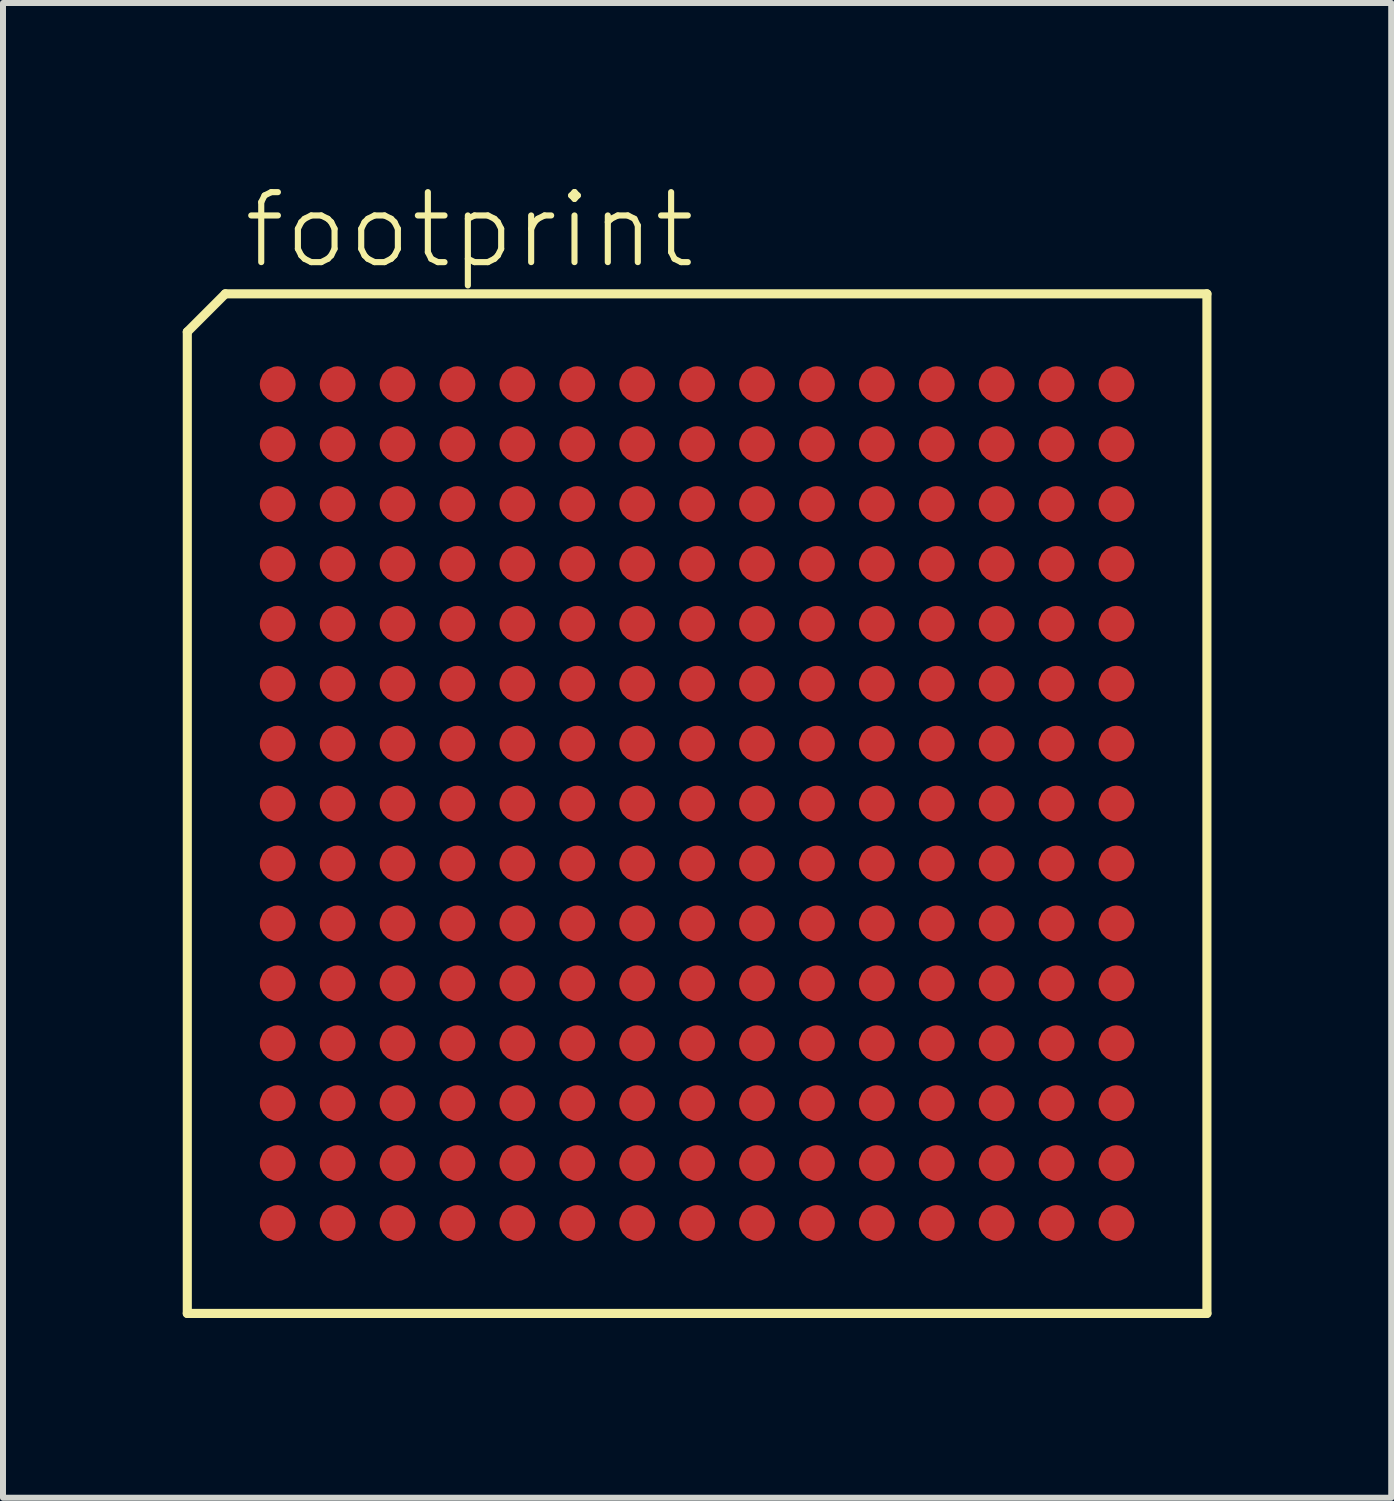
<source format=kicad_pcb>
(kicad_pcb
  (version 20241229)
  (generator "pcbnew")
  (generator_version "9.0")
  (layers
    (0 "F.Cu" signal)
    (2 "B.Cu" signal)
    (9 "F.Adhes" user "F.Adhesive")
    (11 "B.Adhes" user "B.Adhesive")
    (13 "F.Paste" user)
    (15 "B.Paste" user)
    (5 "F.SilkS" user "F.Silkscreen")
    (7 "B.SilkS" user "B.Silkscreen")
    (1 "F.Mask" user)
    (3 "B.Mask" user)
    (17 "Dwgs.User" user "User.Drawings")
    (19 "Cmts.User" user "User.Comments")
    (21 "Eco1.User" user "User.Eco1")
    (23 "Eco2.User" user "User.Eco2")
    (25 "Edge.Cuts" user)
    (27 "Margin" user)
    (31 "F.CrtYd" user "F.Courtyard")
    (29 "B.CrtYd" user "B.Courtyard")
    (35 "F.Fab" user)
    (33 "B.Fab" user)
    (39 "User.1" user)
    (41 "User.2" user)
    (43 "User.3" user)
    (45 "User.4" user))
  (footprint "footprint"
    (layer "F.Cu")
    (at 8.585 10.363)
    (property "Reference" "footprint" (at -7.62 -8.89 0) (layer "F.SilkS") (effects (font (size 1.168 1.168) (thickness 0.102)) (justify left bottom)))
    (fp_line (start -8.509 -7.874) (end -7.874 -8.509) (stroke (width 0.152) (type solid)) (layer "F.SilkS"))
    (fp_line (start -8.509 8.509) (end -8.509 -7.874) (stroke (width 0.152) (type solid)) (layer "F.SilkS"))
    (fp_line (start -7.874 -8.509) (end 8.509 -8.509) (stroke (width 0.152) (type solid)) (layer "F.SilkS"))
    (fp_line (start 8.509 -8.509) (end 8.509 8.509) (stroke (width 0.152) (type solid)) (layer "F.SilkS"))
    (fp_line (start 8.509 8.509) (end -8.509 8.509) (stroke (width 0.152) (type solid)) (layer "F.SilkS"))
    (pad "A1" smd roundrect (at -7 -7) (size 0.6 0.6) (layers "F.Cu" "F.Mask" "F.Paste") (roundrect_rratio 0.5))
    (pad "A2" smd roundrect (at -6 -7) (size 0.6 0.6) (layers "F.Cu" "F.Mask" "F.Paste") (roundrect_rratio 0.5))
    (pad "A3" smd roundrect (at -5 -7) (size 0.6 0.6) (layers "F.Cu" "F.Mask" "F.Paste") (roundrect_rratio 0.5))
    (pad "A4" smd roundrect (at -4 -7) (size 0.6 0.6) (layers "F.Cu" "F.Mask" "F.Paste") (roundrect_rratio 0.5))
    (pad "A5" smd roundrect (at -3 -7) (size 0.6 0.6) (layers "F.Cu" "F.Mask" "F.Paste") (roundrect_rratio 0.5))
    (pad "A6" smd roundrect (at -2 -7) (size 0.6 0.6) (layers "F.Cu" "F.Mask" "F.Paste") (roundrect_rratio 0.5))
    (pad "A7" smd roundrect (at -1 -7) (size 0.6 0.6) (layers "F.Cu" "F.Mask" "F.Paste") (roundrect_rratio 0.5))
    (pad "A8" smd roundrect (at 0 -7) (size 0.6 0.6) (layers "F.Cu" "F.Mask" "F.Paste") (roundrect_rratio 0.5))
    (pad "A9" smd roundrect (at 1 -7) (size 0.6 0.6) (layers "F.Cu" "F.Mask" "F.Paste") (roundrect_rratio 0.5))
    (pad "A10" smd roundrect (at 2 -7) (size 0.6 0.6) (layers "F.Cu" "F.Mask" "F.Paste") (roundrect_rratio 0.5))
    (pad "A11" smd roundrect (at 3 -7) (size 0.6 0.6) (layers "F.Cu" "F.Mask" "F.Paste") (roundrect_rratio 0.5))
    (pad "A12" smd roundrect (at 4 -7) (size 0.6 0.6) (layers "F.Cu" "F.Mask" "F.Paste") (roundrect_rratio 0.5))
    (pad "A13" smd roundrect (at 5 -7) (size 0.6 0.6) (layers "F.Cu" "F.Mask" "F.Paste") (roundrect_rratio 0.5))
    (pad "A14" smd roundrect (at 6 -7) (size 0.6 0.6) (layers "F.Cu" "F.Mask" "F.Paste") (roundrect_rratio 0.5))
    (pad "A15" smd roundrect (at 7 -7) (size 0.6 0.6) (layers "F.Cu" "F.Mask" "F.Paste") (roundrect_rratio 0.5))
    (pad "B1" smd roundrect (at -7 -6) (size 0.6 0.6) (layers "F.Cu" "F.Mask" "F.Paste") (roundrect_rratio 0.5))
    (pad "B2" smd roundrect (at -6 -6) (size 0.6 0.6) (layers "F.Cu" "F.Mask" "F.Paste") (roundrect_rratio 0.5))
    (pad "B3" smd roundrect (at -5 -6) (size 0.6 0.6) (layers "F.Cu" "F.Mask" "F.Paste") (roundrect_rratio 0.5))
    (pad "B4" smd roundrect (at -4 -6) (size 0.6 0.6) (layers "F.Cu" "F.Mask" "F.Paste") (roundrect_rratio 0.5))
    (pad "B5" smd roundrect (at -3 -6) (size 0.6 0.6) (layers "F.Cu" "F.Mask" "F.Paste") (roundrect_rratio 0.5))
    (pad "B6" smd roundrect (at -2 -6) (size 0.6 0.6) (layers "F.Cu" "F.Mask" "F.Paste") (roundrect_rratio 0.5))
    (pad "B7" smd roundrect (at -1 -6) (size 0.6 0.6) (layers "F.Cu" "F.Mask" "F.Paste") (roundrect_rratio 0.5))
    (pad "B8" smd roundrect (at 0 -6) (size 0.6 0.6) (layers "F.Cu" "F.Mask" "F.Paste") (roundrect_rratio 0.5))
    (pad "B9" smd roundrect (at 1 -6) (size 0.6 0.6) (layers "F.Cu" "F.Mask" "F.Paste") (roundrect_rratio 0.5))
    (pad "B10" smd roundrect (at 2 -6) (size 0.6 0.6) (layers "F.Cu" "F.Mask" "F.Paste") (roundrect_rratio 0.5))
    (pad "B11" smd roundrect (at 3 -6) (size 0.6 0.6) (layers "F.Cu" "F.Mask" "F.Paste") (roundrect_rratio 0.5))
    (pad "B12" smd roundrect (at 4 -6) (size 0.6 0.6) (layers "F.Cu" "F.Mask" "F.Paste") (roundrect_rratio 0.5))
    (pad "B13" smd roundrect (at 5 -6) (size 0.6 0.6) (layers "F.Cu" "F.Mask" "F.Paste") (roundrect_rratio 0.5))
    (pad "B14" smd roundrect (at 6 -6) (size 0.6 0.6) (layers "F.Cu" "F.Mask" "F.Paste") (roundrect_rratio 0.5))
    (pad "B15" smd roundrect (at 7 -6) (size 0.6 0.6) (layers "F.Cu" "F.Mask" "F.Paste") (roundrect_rratio 0.5))
    (pad "C1" smd roundrect (at -7 -5) (size 0.6 0.6) (layers "F.Cu" "F.Mask" "F.Paste") (roundrect_rratio 0.5))
    (pad "C2" smd roundrect (at -6 -5) (size 0.6 0.6) (layers "F.Cu" "F.Mask" "F.Paste") (roundrect_rratio 0.5))
    (pad "C3" smd roundrect (at -5 -5) (size 0.6 0.6) (layers "F.Cu" "F.Mask" "F.Paste") (roundrect_rratio 0.5))
    (pad "C4" smd roundrect (at -4 -5) (size 0.6 0.6) (layers "F.Cu" "F.Mask" "F.Paste") (roundrect_rratio 0.5))
    (pad "C5" smd roundrect (at -3 -5) (size 0.6 0.6) (layers "F.Cu" "F.Mask" "F.Paste") (roundrect_rratio 0.5))
    (pad "C6" smd roundrect (at -2 -5) (size 0.6 0.6) (layers "F.Cu" "F.Mask" "F.Paste") (roundrect_rratio 0.5))
    (pad "C7" smd roundrect (at -1 -5) (size 0.6 0.6) (layers "F.Cu" "F.Mask" "F.Paste") (roundrect_rratio 0.5))
    (pad "C8" smd roundrect (at 0 -5) (size 0.6 0.6) (layers "F.Cu" "F.Mask" "F.Paste") (roundrect_rratio 0.5))
    (pad "C9" smd roundrect (at 1 -5) (size 0.6 0.6) (layers "F.Cu" "F.Mask" "F.Paste") (roundrect_rratio 0.5))
    (pad "C10" smd roundrect (at 2 -5) (size 0.6 0.6) (layers "F.Cu" "F.Mask" "F.Paste") (roundrect_rratio 0.5))
    (pad "C11" smd roundrect (at 3 -5) (size 0.6 0.6) (layers "F.Cu" "F.Mask" "F.Paste") (roundrect_rratio 0.5))
    (pad "C12" smd roundrect (at 4 -5) (size 0.6 0.6) (layers "F.Cu" "F.Mask" "F.Paste") (roundrect_rratio 0.5))
    (pad "C13" smd roundrect (at 5 -5) (size 0.6 0.6) (layers "F.Cu" "F.Mask" "F.Paste") (roundrect_rratio 0.5))
    (pad "C14" smd roundrect (at 6 -5) (size 0.6 0.6) (layers "F.Cu" "F.Mask" "F.Paste") (roundrect_rratio 0.5))
    (pad "C15" smd roundrect (at 7 -5) (size 0.6 0.6) (layers "F.Cu" "F.Mask" "F.Paste") (roundrect_rratio 0.5))
    (pad "D1" smd roundrect (at -7 -4) (size 0.6 0.6) (layers "F.Cu" "F.Mask" "F.Paste") (roundrect_rratio 0.5))
    (pad "D2" smd roundrect (at -6 -4) (size 0.6 0.6) (layers "F.Cu" "F.Mask" "F.Paste") (roundrect_rratio 0.5))
    (pad "D3" smd roundrect (at -5 -4) (size 0.6 0.6) (layers "F.Cu" "F.Mask" "F.Paste") (roundrect_rratio 0.5))
    (pad "D4" smd roundrect (at -4 -4) (size 0.6 0.6) (layers "F.Cu" "F.Mask" "F.Paste") (roundrect_rratio 0.5))
    (pad "D5" smd roundrect (at -3 -4) (size 0.6 0.6) (layers "F.Cu" "F.Mask" "F.Paste") (roundrect_rratio 0.5))
    (pad "D6" smd roundrect (at -2 -4) (size 0.6 0.6) (layers "F.Cu" "F.Mask" "F.Paste") (roundrect_rratio 0.5))
    (pad "D7" smd roundrect (at -1 -4) (size 0.6 0.6) (layers "F.Cu" "F.Mask" "F.Paste") (roundrect_rratio 0.5))
    (pad "D8" smd roundrect (at 0 -4) (size 0.6 0.6) (layers "F.Cu" "F.Mask" "F.Paste") (roundrect_rratio 0.5))
    (pad "D9" smd roundrect (at 1 -4) (size 0.6 0.6) (layers "F.Cu" "F.Mask" "F.Paste") (roundrect_rratio 0.5))
    (pad "D10" smd roundrect (at 2 -4) (size 0.6 0.6) (layers "F.Cu" "F.Mask" "F.Paste") (roundrect_rratio 0.5))
    (pad "D11" smd roundrect (at 3 -4) (size 0.6 0.6) (layers "F.Cu" "F.Mask" "F.Paste") (roundrect_rratio 0.5))
    (pad "D12" smd roundrect (at 4 -4) (size 0.6 0.6) (layers "F.Cu" "F.Mask" "F.Paste") (roundrect_rratio 0.5))
    (pad "D13" smd roundrect (at 5 -4) (size 0.6 0.6) (layers "F.Cu" "F.Mask" "F.Paste") (roundrect_rratio 0.5))
    (pad "D14" smd roundrect (at 6 -4) (size 0.6 0.6) (layers "F.Cu" "F.Mask" "F.Paste") (roundrect_rratio 0.5))
    (pad "D15" smd roundrect (at 7 -4) (size 0.6 0.6) (layers "F.Cu" "F.Mask" "F.Paste") (roundrect_rratio 0.5))
    (pad "E1" smd roundrect (at -7 -3) (size 0.6 0.6) (layers "F.Cu" "F.Mask" "F.Paste") (roundrect_rratio 0.5))
    (pad "E2" smd roundrect (at -6 -3) (size 0.6 0.6) (layers "F.Cu" "F.Mask" "F.Paste") (roundrect_rratio 0.5))
    (pad "E3" smd roundrect (at -5 -3) (size 0.6 0.6) (layers "F.Cu" "F.Mask" "F.Paste") (roundrect_rratio 0.5))
    (pad "E4" smd roundrect (at -4 -3) (size 0.6 0.6) (layers "F.Cu" "F.Mask" "F.Paste") (roundrect_rratio 0.5))
    (pad "E5" smd roundrect (at -3 -3) (size 0.6 0.6) (layers "F.Cu" "F.Mask" "F.Paste") (roundrect_rratio 0.5))
    (pad "E6" smd roundrect (at -2 -3) (size 0.6 0.6) (layers "F.Cu" "F.Mask" "F.Paste") (roundrect_rratio 0.5))
    (pad "E7" smd roundrect (at -1 -3) (size 0.6 0.6) (layers "F.Cu" "F.Mask" "F.Paste") (roundrect_rratio 0.5))
    (pad "E8" smd roundrect (at 0 -3) (size 0.6 0.6) (layers "F.Cu" "F.Mask" "F.Paste") (roundrect_rratio 0.5))
    (pad "E9" smd roundrect (at 1 -3) (size 0.6 0.6) (layers "F.Cu" "F.Mask" "F.Paste") (roundrect_rratio 0.5))
    (pad "E10" smd roundrect (at 2 -3) (size 0.6 0.6) (layers "F.Cu" "F.Mask" "F.Paste") (roundrect_rratio 0.5))
    (pad "E11" smd roundrect (at 3 -3) (size 0.6 0.6) (layers "F.Cu" "F.Mask" "F.Paste") (roundrect_rratio 0.5))
    (pad "E12" smd roundrect (at 4 -3) (size 0.6 0.6) (layers "F.Cu" "F.Mask" "F.Paste") (roundrect_rratio 0.5))
    (pad "E13" smd roundrect (at 5 -3) (size 0.6 0.6) (layers "F.Cu" "F.Mask" "F.Paste") (roundrect_rratio 0.5))
    (pad "E14" smd roundrect (at 6 -3) (size 0.6 0.6) (layers "F.Cu" "F.Mask" "F.Paste") (roundrect_rratio 0.5))
    (pad "E15" smd roundrect (at 7 -3) (size 0.6 0.6) (layers "F.Cu" "F.Mask" "F.Paste") (roundrect_rratio 0.5))
    (pad "F1" smd roundrect (at -7 -2) (size 0.6 0.6) (layers "F.Cu" "F.Mask" "F.Paste") (roundrect_rratio 0.5))
    (pad "F2" smd roundrect (at -6 -2) (size 0.6 0.6) (layers "F.Cu" "F.Mask" "F.Paste") (roundrect_rratio 0.5))
    (pad "F3" smd roundrect (at -5 -2) (size 0.6 0.6) (layers "F.Cu" "F.Mask" "F.Paste") (roundrect_rratio 0.5))
    (pad "F4" smd roundrect (at -4 -2) (size 0.6 0.6) (layers "F.Cu" "F.Mask" "F.Paste") (roundrect_rratio 0.5))
    (pad "F5" smd roundrect (at -3 -2) (size 0.6 0.6) (layers "F.Cu" "F.Mask" "F.Paste") (roundrect_rratio 0.5))
    (pad "F6" smd roundrect (at -2 -2) (size 0.6 0.6) (layers "F.Cu" "F.Mask" "F.Paste") (roundrect_rratio 0.5))
    (pad "F7" smd roundrect (at -1 -2) (size 0.6 0.6) (layers "F.Cu" "F.Mask" "F.Paste") (roundrect_rratio 0.5))
    (pad "F8" smd roundrect (at 0 -2) (size 0.6 0.6) (layers "F.Cu" "F.Mask" "F.Paste") (roundrect_rratio 0.5))
    (pad "F9" smd roundrect (at 1 -2) (size 0.6 0.6) (layers "F.Cu" "F.Mask" "F.Paste") (roundrect_rratio 0.5))
    (pad "F10" smd roundrect (at 2 -2) (size 0.6 0.6) (layers "F.Cu" "F.Mask" "F.Paste") (roundrect_rratio 0.5))
    (pad "F11" smd roundrect (at 3 -2) (size 0.6 0.6) (layers "F.Cu" "F.Mask" "F.Paste") (roundrect_rratio 0.5))
    (pad "F12" smd roundrect (at 4 -2) (size 0.6 0.6) (layers "F.Cu" "F.Mask" "F.Paste") (roundrect_rratio 0.5))
    (pad "F13" smd roundrect (at 5 -2) (size 0.6 0.6) (layers "F.Cu" "F.Mask" "F.Paste") (roundrect_rratio 0.5))
    (pad "F14" smd roundrect (at 6 -2) (size 0.6 0.6) (layers "F.Cu" "F.Mask" "F.Paste") (roundrect_rratio 0.5))
    (pad "F15" smd roundrect (at 7 -2) (size 0.6 0.6) (layers "F.Cu" "F.Mask" "F.Paste") (roundrect_rratio 0.5))
    (pad "G1" smd roundrect (at -7 -1) (size 0.6 0.6) (layers "F.Cu" "F.Mask" "F.Paste") (roundrect_rratio 0.5))
    (pad "G2" smd roundrect (at -6 -1) (size 0.6 0.6) (layers "F.Cu" "F.Mask" "F.Paste") (roundrect_rratio 0.5))
    (pad "G3" smd roundrect (at -5 -1) (size 0.6 0.6) (layers "F.Cu" "F.Mask" "F.Paste") (roundrect_rratio 0.5))
    (pad "G4" smd roundrect (at -4 -1) (size 0.6 0.6) (layers "F.Cu" "F.Mask" "F.Paste") (roundrect_rratio 0.5))
    (pad "G5" smd roundrect (at -3 -1) (size 0.6 0.6) (layers "F.Cu" "F.Mask" "F.Paste") (roundrect_rratio 0.5))
    (pad "G6" smd roundrect (at -2 -1) (size 0.6 0.6) (layers "F.Cu" "F.Mask" "F.Paste") (roundrect_rratio 0.5))
    (pad "G7" smd roundrect (at -1 -1) (size 0.6 0.6) (layers "F.Cu" "F.Mask" "F.Paste") (roundrect_rratio 0.5))
    (pad "G8" smd roundrect (at 0 -1) (size 0.6 0.6) (layers "F.Cu" "F.Mask" "F.Paste") (roundrect_rratio 0.5))
    (pad "G9" smd roundrect (at 1 -1) (size 0.6 0.6) (layers "F.Cu" "F.Mask" "F.Paste") (roundrect_rratio 0.5))
    (pad "G10" smd roundrect (at 2 -1) (size 0.6 0.6) (layers "F.Cu" "F.Mask" "F.Paste") (roundrect_rratio 0.5))
    (pad "G11" smd roundrect (at 3 -1) (size 0.6 0.6) (layers "F.Cu" "F.Mask" "F.Paste") (roundrect_rratio 0.5))
    (pad "G12" smd roundrect (at 4 -1) (size 0.6 0.6) (layers "F.Cu" "F.Mask" "F.Paste") (roundrect_rratio 0.5))
    (pad "G13" smd roundrect (at 5 -1) (size 0.6 0.6) (layers "F.Cu" "F.Mask" "F.Paste") (roundrect_rratio 0.5))
    (pad "G14" smd roundrect (at 6 -1) (size 0.6 0.6) (layers "F.Cu" "F.Mask" "F.Paste") (roundrect_rratio 0.5))
    (pad "G15" smd roundrect (at 7 -1) (size 0.6 0.6) (layers "F.Cu" "F.Mask" "F.Paste") (roundrect_rratio 0.5))
    (pad "H1" smd roundrect (at -7 0) (size 0.6 0.6) (layers "F.Cu" "F.Mask" "F.Paste") (roundrect_rratio 0.5))
    (pad "H2" smd roundrect (at -6 0) (size 0.6 0.6) (layers "F.Cu" "F.Mask" "F.Paste") (roundrect_rratio 0.5))
    (pad "H3" smd roundrect (at -5 0) (size 0.6 0.6) (layers "F.Cu" "F.Mask" "F.Paste") (roundrect_rratio 0.5))
    (pad "H4" smd roundrect (at -4 0) (size 0.6 0.6) (layers "F.Cu" "F.Mask" "F.Paste") (roundrect_rratio 0.5))
    (pad "H5" smd roundrect (at -3 0) (size 0.6 0.6) (layers "F.Cu" "F.Mask" "F.Paste") (roundrect_rratio 0.5))
    (pad "H6" smd roundrect (at -2 0) (size 0.6 0.6) (layers "F.Cu" "F.Mask" "F.Paste") (roundrect_rratio 0.5))
    (pad "H7" smd roundrect (at -1 0) (size 0.6 0.6) (layers "F.Cu" "F.Mask" "F.Paste") (roundrect_rratio 0.5))
    (pad "H8" smd roundrect (at 0 0) (size 0.6 0.6) (layers "F.Cu" "F.Mask" "F.Paste") (roundrect_rratio 0.5))
    (pad "H9" smd roundrect (at 1 0) (size 0.6 0.6) (layers "F.Cu" "F.Mask" "F.Paste") (roundrect_rratio 0.5))
    (pad "H10" smd roundrect (at 2 0) (size 0.6 0.6) (layers "F.Cu" "F.Mask" "F.Paste") (roundrect_rratio 0.5))
    (pad "H11" smd roundrect (at 3 0) (size 0.6 0.6) (layers "F.Cu" "F.Mask" "F.Paste") (roundrect_rratio 0.5))
    (pad "H12" smd roundrect (at 4 0) (size 0.6 0.6) (layers "F.Cu" "F.Mask" "F.Paste") (roundrect_rratio 0.5))
    (pad "H13" smd roundrect (at 5 0) (size 0.6 0.6) (layers "F.Cu" "F.Mask" "F.Paste") (roundrect_rratio 0.5))
    (pad "H14" smd roundrect (at 6 0) (size 0.6 0.6) (layers "F.Cu" "F.Mask" "F.Paste") (roundrect_rratio 0.5))
    (pad "H15" smd roundrect (at 7 0) (size 0.6 0.6) (layers "F.Cu" "F.Mask" "F.Paste") (roundrect_rratio 0.5))
    (pad "J1" smd roundrect (at -7 1) (size 0.6 0.6) (layers "F.Cu" "F.Mask" "F.Paste") (roundrect_rratio 0.5))
    (pad "J2" smd roundrect (at -6 1) (size 0.6 0.6) (layers "F.Cu" "F.Mask" "F.Paste") (roundrect_rratio 0.5))
    (pad "J3" smd roundrect (at -5 1) (size 0.6 0.6) (layers "F.Cu" "F.Mask" "F.Paste") (roundrect_rratio 0.5))
    (pad "J4" smd roundrect (at -4 1) (size 0.6 0.6) (layers "F.Cu" "F.Mask" "F.Paste") (roundrect_rratio 0.5))
    (pad "J5" smd roundrect (at -3 1) (size 0.6 0.6) (layers "F.Cu" "F.Mask" "F.Paste") (roundrect_rratio 0.5))
    (pad "J6" smd roundrect (at -2 1) (size 0.6 0.6) (layers "F.Cu" "F.Mask" "F.Paste") (roundrect_rratio 0.5))
    (pad "J7" smd roundrect (at -1 1) (size 0.6 0.6) (layers "F.Cu" "F.Mask" "F.Paste") (roundrect_rratio 0.5))
    (pad "J8" smd roundrect (at 0 1) (size 0.6 0.6) (layers "F.Cu" "F.Mask" "F.Paste") (roundrect_rratio 0.5))
    (pad "J9" smd roundrect (at 1 1) (size 0.6 0.6) (layers "F.Cu" "F.Mask" "F.Paste") (roundrect_rratio 0.5))
    (pad "J10" smd roundrect (at 2 1) (size 0.6 0.6) (layers "F.Cu" "F.Mask" "F.Paste") (roundrect_rratio 0.5))
    (pad "J11" smd roundrect (at 3 1) (size 0.6 0.6) (layers "F.Cu" "F.Mask" "F.Paste") (roundrect_rratio 0.5))
    (pad "J12" smd roundrect (at 4 1) (size 0.6 0.6) (layers "F.Cu" "F.Mask" "F.Paste") (roundrect_rratio 0.5))
    (pad "J13" smd roundrect (at 5 1) (size 0.6 0.6) (layers "F.Cu" "F.Mask" "F.Paste") (roundrect_rratio 0.5))
    (pad "J14" smd roundrect (at 6 1) (size 0.6 0.6) (layers "F.Cu" "F.Mask" "F.Paste") (roundrect_rratio 0.5))
    (pad "J15" smd roundrect (at 7 1) (size 0.6 0.6) (layers "F.Cu" "F.Mask" "F.Paste") (roundrect_rratio 0.5))
    (pad "K1" smd roundrect (at -7 2) (size 0.6 0.6) (layers "F.Cu" "F.Mask" "F.Paste") (roundrect_rratio 0.5))
    (pad "K2" smd roundrect (at -6 2) (size 0.6 0.6) (layers "F.Cu" "F.Mask" "F.Paste") (roundrect_rratio 0.5))
    (pad "K3" smd roundrect (at -5 2) (size 0.6 0.6) (layers "F.Cu" "F.Mask" "F.Paste") (roundrect_rratio 0.5))
    (pad "K4" smd roundrect (at -4 2) (size 0.6 0.6) (layers "F.Cu" "F.Mask" "F.Paste") (roundrect_rratio 0.5))
    (pad "K5" smd roundrect (at -3 2) (size 0.6 0.6) (layers "F.Cu" "F.Mask" "F.Paste") (roundrect_rratio 0.5))
    (pad "K6" smd roundrect (at -2 2) (size 0.6 0.6) (layers "F.Cu" "F.Mask" "F.Paste") (roundrect_rratio 0.5))
    (pad "K7" smd roundrect (at -1 2) (size 0.6 0.6) (layers "F.Cu" "F.Mask" "F.Paste") (roundrect_rratio 0.5))
    (pad "K8" smd roundrect (at 0 2) (size 0.6 0.6) (layers "F.Cu" "F.Mask" "F.Paste") (roundrect_rratio 0.5))
    (pad "K9" smd roundrect (at 1 2) (size 0.6 0.6) (layers "F.Cu" "F.Mask" "F.Paste") (roundrect_rratio 0.5))
    (pad "K10" smd roundrect (at 2 2) (size 0.6 0.6) (layers "F.Cu" "F.Mask" "F.Paste") (roundrect_rratio 0.5))
    (pad "K11" smd roundrect (at 3 2) (size 0.6 0.6) (layers "F.Cu" "F.Mask" "F.Paste") (roundrect_rratio 0.5))
    (pad "K12" smd roundrect (at 4 2) (size 0.6 0.6) (layers "F.Cu" "F.Mask" "F.Paste") (roundrect_rratio 0.5))
    (pad "K13" smd roundrect (at 5 2) (size 0.6 0.6) (layers "F.Cu" "F.Mask" "F.Paste") (roundrect_rratio 0.5))
    (pad "K14" smd roundrect (at 6 2) (size 0.6 0.6) (layers "F.Cu" "F.Mask" "F.Paste") (roundrect_rratio 0.5))
    (pad "K15" smd roundrect (at 7 2) (size 0.6 0.6) (layers "F.Cu" "F.Mask" "F.Paste") (roundrect_rratio 0.5))
    (pad "L1" smd roundrect (at -7 3) (size 0.6 0.6) (layers "F.Cu" "F.Mask" "F.Paste") (roundrect_rratio 0.5))
    (pad "L2" smd roundrect (at -6 3) (size 0.6 0.6) (layers "F.Cu" "F.Mask" "F.Paste") (roundrect_rratio 0.5))
    (pad "L3" smd roundrect (at -5 3) (size 0.6 0.6) (layers "F.Cu" "F.Mask" "F.Paste") (roundrect_rratio 0.5))
    (pad "L4" smd roundrect (at -4 3) (size 0.6 0.6) (layers "F.Cu" "F.Mask" "F.Paste") (roundrect_rratio 0.5))
    (pad "L5" smd roundrect (at -3 3) (size 0.6 0.6) (layers "F.Cu" "F.Mask" "F.Paste") (roundrect_rratio 0.5))
    (pad "L6" smd roundrect (at -2 3) (size 0.6 0.6) (layers "F.Cu" "F.Mask" "F.Paste") (roundrect_rratio 0.5))
    (pad "L7" smd roundrect (at -1 3) (size 0.6 0.6) (layers "F.Cu" "F.Mask" "F.Paste") (roundrect_rratio 0.5))
    (pad "L8" smd roundrect (at 0 3) (size 0.6 0.6) (layers "F.Cu" "F.Mask" "F.Paste") (roundrect_rratio 0.5))
    (pad "L9" smd roundrect (at 1 3) (size 0.6 0.6) (layers "F.Cu" "F.Mask" "F.Paste") (roundrect_rratio 0.5))
    (pad "L10" smd roundrect (at 2 3) (size 0.6 0.6) (layers "F.Cu" "F.Mask" "F.Paste") (roundrect_rratio 0.5))
    (pad "L11" smd roundrect (at 3 3) (size 0.6 0.6) (layers "F.Cu" "F.Mask" "F.Paste") (roundrect_rratio 0.5))
    (pad "L12" smd roundrect (at 4 3) (size 0.6 0.6) (layers "F.Cu" "F.Mask" "F.Paste") (roundrect_rratio 0.5))
    (pad "L13" smd roundrect (at 5 3) (size 0.6 0.6) (layers "F.Cu" "F.Mask" "F.Paste") (roundrect_rratio 0.5))
    (pad "L14" smd roundrect (at 6 3) (size 0.6 0.6) (layers "F.Cu" "F.Mask" "F.Paste") (roundrect_rratio 0.5))
    (pad "L15" smd roundrect (at 7 3) (size 0.6 0.6) (layers "F.Cu" "F.Mask" "F.Paste") (roundrect_rratio 0.5))
    (pad "M1" smd roundrect (at -7 4) (size 0.6 0.6) (layers "F.Cu" "F.Mask" "F.Paste") (roundrect_rratio 0.5))
    (pad "M2" smd roundrect (at -6 4) (size 0.6 0.6) (layers "F.Cu" "F.Mask" "F.Paste") (roundrect_rratio 0.5))
    (pad "M3" smd roundrect (at -5 4) (size 0.6 0.6) (layers "F.Cu" "F.Mask" "F.Paste") (roundrect_rratio 0.5))
    (pad "M4" smd roundrect (at -4 4) (size 0.6 0.6) (layers "F.Cu" "F.Mask" "F.Paste") (roundrect_rratio 0.5))
    (pad "M5" smd roundrect (at -3 4) (size 0.6 0.6) (layers "F.Cu" "F.Mask" "F.Paste") (roundrect_rratio 0.5))
    (pad "M6" smd roundrect (at -2 4) (size 0.6 0.6) (layers "F.Cu" "F.Mask" "F.Paste") (roundrect_rratio 0.5))
    (pad "M7" smd roundrect (at -1 4) (size 0.6 0.6) (layers "F.Cu" "F.Mask" "F.Paste") (roundrect_rratio 0.5))
    (pad "M8" smd roundrect (at 0 4) (size 0.6 0.6) (layers "F.Cu" "F.Mask" "F.Paste") (roundrect_rratio 0.5))
    (pad "M9" smd roundrect (at 1 4) (size 0.6 0.6) (layers "F.Cu" "F.Mask" "F.Paste") (roundrect_rratio 0.5))
    (pad "M10" smd roundrect (at 2 4) (size 0.6 0.6) (layers "F.Cu" "F.Mask" "F.Paste") (roundrect_rratio 0.5))
    (pad "M11" smd roundrect (at 3 4) (size 0.6 0.6) (layers "F.Cu" "F.Mask" "F.Paste") (roundrect_rratio 0.5))
    (pad "M12" smd roundrect (at 4 4) (size 0.6 0.6) (layers "F.Cu" "F.Mask" "F.Paste") (roundrect_rratio 0.5))
    (pad "M13" smd roundrect (at 5 4) (size 0.6 0.6) (layers "F.Cu" "F.Mask" "F.Paste") (roundrect_rratio 0.5))
    (pad "M14" smd roundrect (at 6 4) (size 0.6 0.6) (layers "F.Cu" "F.Mask" "F.Paste") (roundrect_rratio 0.5))
    (pad "M15" smd roundrect (at 7 4) (size 0.6 0.6) (layers "F.Cu" "F.Mask" "F.Paste") (roundrect_rratio 0.5))
    (pad "N1" smd roundrect (at -7 5) (size 0.6 0.6) (layers "F.Cu" "F.Mask" "F.Paste") (roundrect_rratio 0.5))
    (pad "N2" smd roundrect (at -6 5) (size 0.6 0.6) (layers "F.Cu" "F.Mask" "F.Paste") (roundrect_rratio 0.5))
    (pad "N3" smd roundrect (at -5 5) (size 0.6 0.6) (layers "F.Cu" "F.Mask" "F.Paste") (roundrect_rratio 0.5))
    (pad "N4" smd roundrect (at -4 5) (size 0.6 0.6) (layers "F.Cu" "F.Mask" "F.Paste") (roundrect_rratio 0.5))
    (pad "N5" smd roundrect (at -3 5) (size 0.6 0.6) (layers "F.Cu" "F.Mask" "F.Paste") (roundrect_rratio 0.5))
    (pad "N6" smd roundrect (at -2 5) (size 0.6 0.6) (layers "F.Cu" "F.Mask" "F.Paste") (roundrect_rratio 0.5))
    (pad "N7" smd roundrect (at -1 5) (size 0.6 0.6) (layers "F.Cu" "F.Mask" "F.Paste") (roundrect_rratio 0.5))
    (pad "N8" smd roundrect (at 0 5) (size 0.6 0.6) (layers "F.Cu" "F.Mask" "F.Paste") (roundrect_rratio 0.5))
    (pad "N9" smd roundrect (at 1 5) (size 0.6 0.6) (layers "F.Cu" "F.Mask" "F.Paste") (roundrect_rratio 0.5))
    (pad "N10" smd roundrect (at 2 5) (size 0.6 0.6) (layers "F.Cu" "F.Mask" "F.Paste") (roundrect_rratio 0.5))
    (pad "N11" smd roundrect (at 3 5) (size 0.6 0.6) (layers "F.Cu" "F.Mask" "F.Paste") (roundrect_rratio 0.5))
    (pad "N12" smd roundrect (at 4 5) (size 0.6 0.6) (layers "F.Cu" "F.Mask" "F.Paste") (roundrect_rratio 0.5))
    (pad "N13" smd roundrect (at 5 5) (size 0.6 0.6) (layers "F.Cu" "F.Mask" "F.Paste") (roundrect_rratio 0.5))
    (pad "N14" smd roundrect (at 6 5) (size 0.6 0.6) (layers "F.Cu" "F.Mask" "F.Paste") (roundrect_rratio 0.5))
    (pad "N15" smd roundrect (at 7 5) (size 0.6 0.6) (layers "F.Cu" "F.Mask" "F.Paste") (roundrect_rratio 0.5))
    (pad "P1" smd roundrect (at -7 6) (size 0.6 0.6) (layers "F.Cu" "F.Mask" "F.Paste") (roundrect_rratio 0.5))
    (pad "P2" smd roundrect (at -6 6) (size 0.6 0.6) (layers "F.Cu" "F.Mask" "F.Paste") (roundrect_rratio 0.5))
    (pad "P3" smd roundrect (at -5 6) (size 0.6 0.6) (layers "F.Cu" "F.Mask" "F.Paste") (roundrect_rratio 0.5))
    (pad "P4" smd roundrect (at -4 6) (size 0.6 0.6) (layers "F.Cu" "F.Mask" "F.Paste") (roundrect_rratio 0.5))
    (pad "P5" smd roundrect (at -3 6) (size 0.6 0.6) (layers "F.Cu" "F.Mask" "F.Paste") (roundrect_rratio 0.5))
    (pad "P6" smd roundrect (at -2 6) (size 0.6 0.6) (layers "F.Cu" "F.Mask" "F.Paste") (roundrect_rratio 0.5))
    (pad "P7" smd roundrect (at -1 6) (size 0.6 0.6) (layers "F.Cu" "F.Mask" "F.Paste") (roundrect_rratio 0.5))
    (pad "P8" smd roundrect (at 0 6) (size 0.6 0.6) (layers "F.Cu" "F.Mask" "F.Paste") (roundrect_rratio 0.5))
    (pad "P9" smd roundrect (at 1 6) (size 0.6 0.6) (layers "F.Cu" "F.Mask" "F.Paste") (roundrect_rratio 0.5))
    (pad "P10" smd roundrect (at 2 6) (size 0.6 0.6) (layers "F.Cu" "F.Mask" "F.Paste") (roundrect_rratio 0.5))
    (pad "P11" smd roundrect (at 3 6) (size 0.6 0.6) (layers "F.Cu" "F.Mask" "F.Paste") (roundrect_rratio 0.5))
    (pad "P12" smd roundrect (at 4 6) (size 0.6 0.6) (layers "F.Cu" "F.Mask" "F.Paste") (roundrect_rratio 0.5))
    (pad "P13" smd roundrect (at 5 6) (size 0.6 0.6) (layers "F.Cu" "F.Mask" "F.Paste") (roundrect_rratio 0.5))
    (pad "P14" smd roundrect (at 6 6) (size 0.6 0.6) (layers "F.Cu" "F.Mask" "F.Paste") (roundrect_rratio 0.5))
    (pad "P15" smd roundrect (at 7 6) (size 0.6 0.6) (layers "F.Cu" "F.Mask" "F.Paste") (roundrect_rratio 0.5))
    (pad "R1" smd roundrect (at -7 7) (size 0.6 0.6) (layers "F.Cu" "F.Mask" "F.Paste") (roundrect_rratio 0.5))
    (pad "R2" smd roundrect (at -6 7) (size 0.6 0.6) (layers "F.Cu" "F.Mask" "F.Paste") (roundrect_rratio 0.5))
    (pad "R3" smd roundrect (at -5 7) (size 0.6 0.6) (layers "F.Cu" "F.Mask" "F.Paste") (roundrect_rratio 0.5))
    (pad "R4" smd roundrect (at -4 7) (size 0.6 0.6) (layers "F.Cu" "F.Mask" "F.Paste") (roundrect_rratio 0.5))
    (pad "R5" smd roundrect (at -3 7) (size 0.6 0.6) (layers "F.Cu" "F.Mask" "F.Paste") (roundrect_rratio 0.5))
    (pad "R6" smd roundrect (at -2 7) (size 0.6 0.6) (layers "F.Cu" "F.Mask" "F.Paste") (roundrect_rratio 0.5))
    (pad "R7" smd roundrect (at -1 7) (size 0.6 0.6) (layers "F.Cu" "F.Mask" "F.Paste") (roundrect_rratio 0.5))
    (pad "R8" smd roundrect (at 0 7) (size 0.6 0.6) (layers "F.Cu" "F.Mask" "F.Paste") (roundrect_rratio 0.5))
    (pad "R9" smd roundrect (at 1 7) (size 0.6 0.6) (layers "F.Cu" "F.Mask" "F.Paste") (roundrect_rratio 0.5))
    (pad "R10" smd roundrect (at 2 7) (size 0.6 0.6) (layers "F.Cu" "F.Mask" "F.Paste") (roundrect_rratio 0.5))
    (pad "R11" smd roundrect (at 3 7) (size 0.6 0.6) (layers "F.Cu" "F.Mask" "F.Paste") (roundrect_rratio 0.5))
    (pad "R12" smd roundrect (at 4 7) (size 0.6 0.6) (layers "F.Cu" "F.Mask" "F.Paste") (roundrect_rratio 0.5))
    (pad "R13" smd roundrect (at 5 7) (size 0.6 0.6) (layers "F.Cu" "F.Mask" "F.Paste") (roundrect_rratio 0.5))
    (pad "R14" smd roundrect (at 6 7) (size 0.6 0.6) (layers "F.Cu" "F.Mask" "F.Paste") (roundrect_rratio 0.5))
    (pad "R15" smd roundrect (at 7 7) (size 0.6 0.6) (layers "F.Cu" "F.Mask" "F.Paste") (roundrect_rratio 0.5)))
  (gr_rect
    (start -3 -3)
    (end 20.17 21.948)
    (stroke (width 0.1) (type default))
    (fill no)
    (layer "Edge.Cuts")))
</source>
